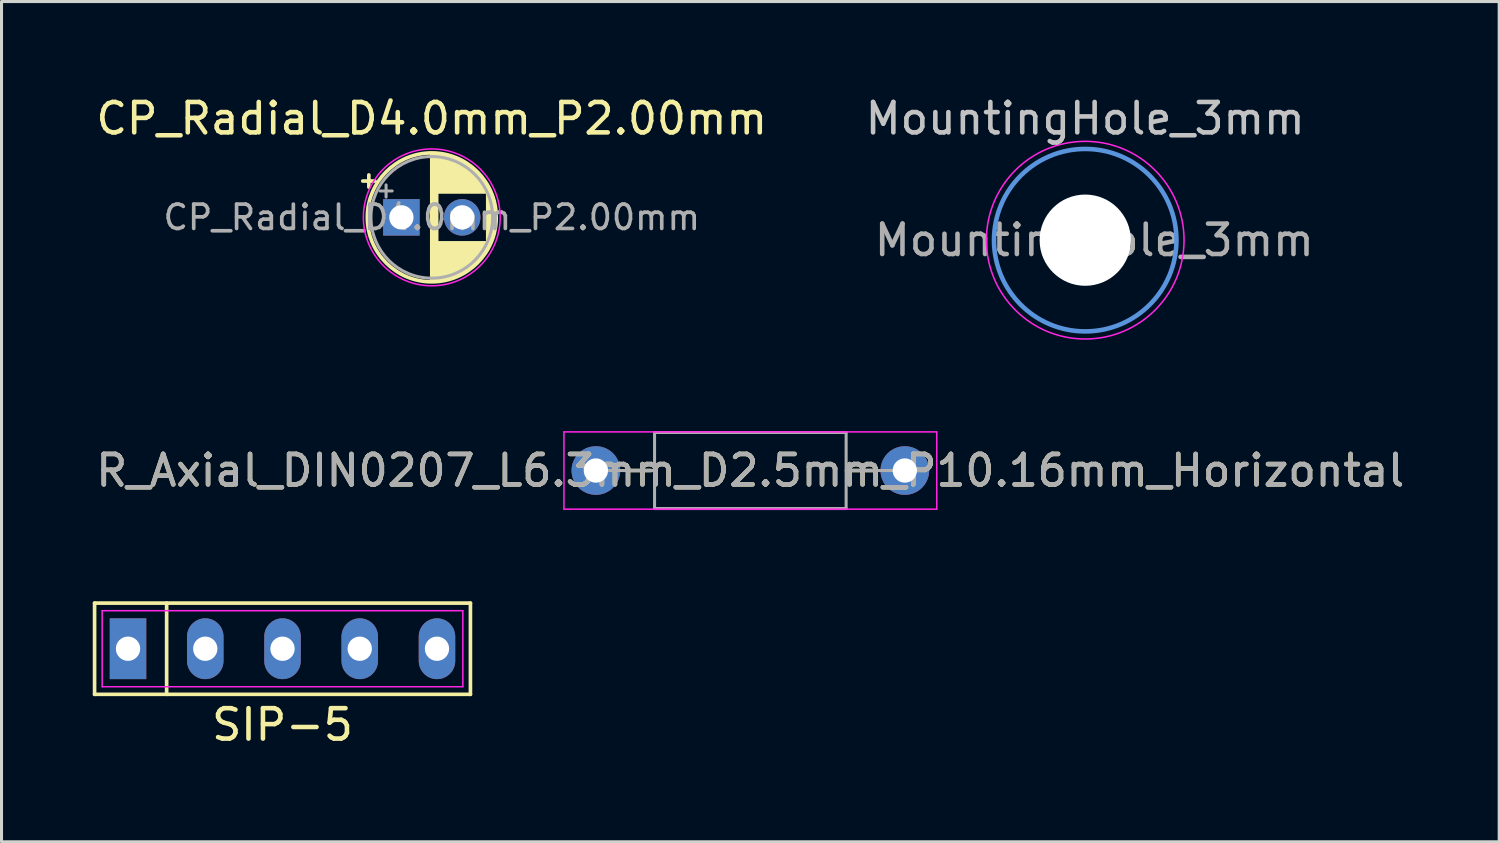
<source format=kicad_pcb>
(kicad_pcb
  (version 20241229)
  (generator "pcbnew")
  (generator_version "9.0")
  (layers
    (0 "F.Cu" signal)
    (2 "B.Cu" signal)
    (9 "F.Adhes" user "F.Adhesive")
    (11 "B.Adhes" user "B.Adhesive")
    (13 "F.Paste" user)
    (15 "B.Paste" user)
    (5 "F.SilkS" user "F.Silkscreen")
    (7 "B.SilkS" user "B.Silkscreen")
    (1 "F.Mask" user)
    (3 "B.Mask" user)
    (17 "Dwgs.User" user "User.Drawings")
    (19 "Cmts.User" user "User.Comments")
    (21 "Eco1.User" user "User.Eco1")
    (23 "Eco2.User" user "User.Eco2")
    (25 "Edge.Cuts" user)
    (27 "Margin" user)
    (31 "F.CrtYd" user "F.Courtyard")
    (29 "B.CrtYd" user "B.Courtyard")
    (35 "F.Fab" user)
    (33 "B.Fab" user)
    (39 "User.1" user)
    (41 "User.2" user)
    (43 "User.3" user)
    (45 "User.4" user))
  (footprint "MountingHole_3mm"
    (layer "F.Cu")
    (at 32.637 4.848)
    (property "Reference" "MountingHole_3mm" (at 0 -4 0) (layer "Dwgs.User") (effects (font (size 1 1) (thickness 0.15))))
    (attr exclude_from_pos_files exclude_from_bom)
    (fp_circle (center 0 0) (end 3 0) (stroke (width 0.15) (type solid)) (fill no) (layer "Cmts.User"))
    (fp_circle (center 0 0) (end 3.25 0) (stroke (width 0.05) (type solid)) (fill no) (layer "F.CrtYd"))
    (fp_text user "${REFERENCE}" (at 0.3 0 0) (layer "F.Fab") (effects (font (size 1 1) (thickness 0.15))))
    (pad "" np_thru_hole circle (at 0 0) (size 3 3) (drill 3) (layers "*.Cu" "*.Mask")))
  (footprint "CP_Radial_D4.0mm_P2.00mm"
    (layer "F.Cu")
    (at 10.149 4.098)
    (property "Reference" "CP_Radial_D4.0mm_P2.00mm" (at 1 -3.25 0) (layer "F.SilkS") (effects (font (size 1 1) (thickness 0.15))))
    (attr through_hole)
    (fp_line (start -1.27 -1.195) (end -0.87 -1.195) (stroke (width 0.12) (type solid)) (layer "F.SilkS"))
    (fp_line (start -1.07 -1.395) (end -1.07 -0.995) (stroke (width 0.12) (type solid)) (layer "F.SilkS"))
    (fp_line (start 1 -2.08) (end 1 2.08) (stroke (width 0.12) (type solid)) (layer "F.SilkS"))
    (fp_line (start 1.04 -2.08) (end 1.04 2.08) (stroke (width 0.12) (type solid)) (layer "F.SilkS"))
    (fp_line (start 1.08 -2.079) (end 1.08 2.079) (stroke (width 0.12) (type solid)) (layer "F.SilkS"))
    (fp_line (start 1.12 -2.077) (end 1.12 2.077) (stroke (width 0.12) (type solid)) (layer "F.SilkS"))
    (fp_line (start 1.16 -2.074) (end 1.16 2.074) (stroke (width 0.12) (type solid)) (layer "F.SilkS"))
    (fp_line (start 1.2 -2.071) (end 1.2 -0.84) (stroke (width 0.12) (type solid)) (layer "F.SilkS"))
    (fp_line (start 1.2 0.84) (end 1.2 2.071) (stroke (width 0.12) (type solid)) (layer "F.SilkS"))
    (fp_line (start 1.24 -2.067) (end 1.24 -0.84) (stroke (width 0.12) (type solid)) (layer "F.SilkS"))
    (fp_line (start 1.24 0.84) (end 1.24 2.067) (stroke (width 0.12) (type solid)) (layer "F.SilkS"))
    (fp_line (start 1.28 -2.062) (end 1.28 -0.84) (stroke (width 0.12) (type solid)) (layer "F.SilkS"))
    (fp_line (start 1.28 0.84) (end 1.28 2.062) (stroke (width 0.12) (type solid)) (layer "F.SilkS"))
    (fp_line (start 1.32 -2.056) (end 1.32 -0.84) (stroke (width 0.12) (type solid)) (layer "F.SilkS"))
    (fp_line (start 1.32 0.84) (end 1.32 2.056) (stroke (width 0.12) (type solid)) (layer "F.SilkS"))
    (fp_line (start 1.36 -2.05) (end 1.36 -0.84) (stroke (width 0.12) (type solid)) (layer "F.SilkS"))
    (fp_line (start 1.36 0.84) (end 1.36 2.05) (stroke (width 0.12) (type solid)) (layer "F.SilkS"))
    (fp_line (start 1.4 -2.042) (end 1.4 -0.84) (stroke (width 0.12) (type solid)) (layer "F.SilkS"))
    (fp_line (start 1.4 0.84) (end 1.4 2.042) (stroke (width 0.12) (type solid)) (layer "F.SilkS"))
    (fp_line (start 1.44 -2.034) (end 1.44 -0.84) (stroke (width 0.12) (type solid)) (layer "F.SilkS"))
    (fp_line (start 1.44 0.84) (end 1.44 2.034) (stroke (width 0.12) (type solid)) (layer "F.SilkS"))
    (fp_line (start 1.48 -2.025) (end 1.48 -0.84) (stroke (width 0.12) (type solid)) (layer "F.SilkS"))
    (fp_line (start 1.48 0.84) (end 1.48 2.025) (stroke (width 0.12) (type solid)) (layer "F.SilkS"))
    (fp_line (start 1.52 -2.016) (end 1.52 -0.84) (stroke (width 0.12) (type solid)) (layer "F.SilkS"))
    (fp_line (start 1.52 0.84) (end 1.52 2.016) (stroke (width 0.12) (type solid)) (layer "F.SilkS"))
    (fp_line (start 1.56 -2.005) (end 1.56 -0.84) (stroke (width 0.12) (type solid)) (layer "F.SilkS"))
    (fp_line (start 1.56 0.84) (end 1.56 2.005) (stroke (width 0.12) (type solid)) (layer "F.SilkS"))
    (fp_line (start 1.6 -1.994) (end 1.6 -0.84) (stroke (width 0.12) (type solid)) (layer "F.SilkS"))
    (fp_line (start 1.6 0.84) (end 1.6 1.994) (stroke (width 0.12) (type solid)) (layer "F.SilkS"))
    (fp_line (start 1.64 -1.982) (end 1.64 -0.84) (stroke (width 0.12) (type solid)) (layer "F.SilkS"))
    (fp_line (start 1.64 0.84) (end 1.64 1.982) (stroke (width 0.12) (type solid)) (layer "F.SilkS"))
    (fp_line (start 1.68 -1.968) (end 1.68 -0.84) (stroke (width 0.12) (type solid)) (layer "F.SilkS"))
    (fp_line (start 1.68 0.84) (end 1.68 1.968) (stroke (width 0.12) (type solid)) (layer "F.SilkS"))
    (fp_line (start 1.721 -1.954) (end 1.721 -0.84) (stroke (width 0.12) (type solid)) (layer "F.SilkS"))
    (fp_line (start 1.721 0.84) (end 1.721 1.954) (stroke (width 0.12) (type solid)) (layer "F.SilkS"))
    (fp_line (start 1.761 -1.94) (end 1.761 -0.84) (stroke (width 0.12) (type solid)) (layer "F.SilkS"))
    (fp_line (start 1.761 0.84) (end 1.761 1.94) (stroke (width 0.12) (type solid)) (layer "F.SilkS"))
    (fp_line (start 1.801 -1.924) (end 1.801 -0.84) (stroke (width 0.12) (type solid)) (layer "F.SilkS"))
    (fp_line (start 1.801 0.84) (end 1.801 1.924) (stroke (width 0.12) (type solid)) (layer "F.SilkS"))
    (fp_line (start 1.841 -1.907) (end 1.841 -0.84) (stroke (width 0.12) (type solid)) (layer "F.SilkS"))
    (fp_line (start 1.841 0.84) (end 1.841 1.907) (stroke (width 0.12) (type solid)) (layer "F.SilkS"))
    (fp_line (start 1.881 -1.889) (end 1.881 -0.84) (stroke (width 0.12) (type solid)) (layer "F.SilkS"))
    (fp_line (start 1.881 0.84) (end 1.881 1.889) (stroke (width 0.12) (type solid)) (layer "F.SilkS"))
    (fp_line (start 1.921 -1.87) (end 1.921 -0.84) (stroke (width 0.12) (type solid)) (layer "F.SilkS"))
    (fp_line (start 1.921 0.84) (end 1.921 1.87) (stroke (width 0.12) (type solid)) (layer "F.SilkS"))
    (fp_line (start 1.961 -1.851) (end 1.961 -0.84) (stroke (width 0.12) (type solid)) (layer "F.SilkS"))
    (fp_line (start 1.961 0.84) (end 1.961 1.851) (stroke (width 0.12) (type solid)) (layer "F.SilkS"))
    (fp_line (start 2.001 -1.83) (end 2.001 -0.84) (stroke (width 0.12) (type solid)) (layer "F.SilkS"))
    (fp_line (start 2.001 0.84) (end 2.001 1.83) (stroke (width 0.12) (type solid)) (layer "F.SilkS"))
    (fp_line (start 2.041 -1.808) (end 2.041 -0.84) (stroke (width 0.12) (type solid)) (layer "F.SilkS"))
    (fp_line (start 2.041 0.84) (end 2.041 1.808) (stroke (width 0.12) (type solid)) (layer "F.SilkS"))
    (fp_line (start 2.081 -1.785) (end 2.081 -0.84) (stroke (width 0.12) (type solid)) (layer "F.SilkS"))
    (fp_line (start 2.081 0.84) (end 2.081 1.785) (stroke (width 0.12) (type solid)) (layer "F.SilkS"))
    (fp_line (start 2.121 -1.76) (end 2.121 -0.84) (stroke (width 0.12) (type solid)) (layer "F.SilkS"))
    (fp_line (start 2.121 0.84) (end 2.121 1.76) (stroke (width 0.12) (type solid)) (layer "F.SilkS"))
    (fp_line (start 2.161 -1.735) (end 2.161 -0.84) (stroke (width 0.12) (type solid)) (layer "F.SilkS"))
    (fp_line (start 2.161 0.84) (end 2.161 1.735) (stroke (width 0.12) (type solid)) (layer "F.SilkS"))
    (fp_line (start 2.201 -1.708) (end 2.201 -0.84) (stroke (width 0.12) (type solid)) (layer "F.SilkS"))
    (fp_line (start 2.201 0.84) (end 2.201 1.708) (stroke (width 0.12) (type solid)) (layer "F.SilkS"))
    (fp_line (start 2.241 -1.68) (end 2.241 -0.84) (stroke (width 0.12) (type solid)) (layer "F.SilkS"))
    (fp_line (start 2.241 0.84) (end 2.241 1.68) (stroke (width 0.12) (type solid)) (layer "F.SilkS"))
    (fp_line (start 2.281 -1.65) (end 2.281 -0.84) (stroke (width 0.12) (type solid)) (layer "F.SilkS"))
    (fp_line (start 2.281 0.84) (end 2.281 1.65) (stroke (width 0.12) (type solid)) (layer "F.SilkS"))
    (fp_line (start 2.321 -1.619) (end 2.321 -0.84) (stroke (width 0.12) (type solid)) (layer "F.SilkS"))
    (fp_line (start 2.321 0.84) (end 2.321 1.619) (stroke (width 0.12) (type solid)) (layer "F.SilkS"))
    (fp_line (start 2.361 -1.587) (end 2.361 -0.84) (stroke (width 0.12) (type solid)) (layer "F.SilkS"))
    (fp_line (start 2.361 0.84) (end 2.361 1.587) (stroke (width 0.12) (type solid)) (layer "F.SilkS"))
    (fp_line (start 2.401 -1.552) (end 2.401 -0.84) (stroke (width 0.12) (type solid)) (layer "F.SilkS"))
    (fp_line (start 2.401 0.84) (end 2.401 1.552) (stroke (width 0.12) (type solid)) (layer "F.SilkS"))
    (fp_line (start 2.441 -1.516) (end 2.441 -0.84) (stroke (width 0.12) (type solid)) (layer "F.SilkS"))
    (fp_line (start 2.441 0.84) (end 2.441 1.516) (stroke (width 0.12) (type solid)) (layer "F.SilkS"))
    (fp_line (start 2.481 -1.478) (end 2.481 -0.84) (stroke (width 0.12) (type solid)) (layer "F.SilkS"))
    (fp_line (start 2.481 0.84) (end 2.481 1.478) (stroke (width 0.12) (type solid)) (layer "F.SilkS"))
    (fp_line (start 2.521 -1.438) (end 2.521 -0.84) (stroke (width 0.12) (type solid)) (layer "F.SilkS"))
    (fp_line (start 2.521 0.84) (end 2.521 1.438) (stroke (width 0.12) (type solid)) (layer "F.SilkS"))
    (fp_line (start 2.561 -1.396) (end 2.561 -0.84) (stroke (width 0.12) (type solid)) (layer "F.SilkS"))
    (fp_line (start 2.561 0.84) (end 2.561 1.396) (stroke (width 0.12) (type solid)) (layer "F.SilkS"))
    (fp_line (start 2.601 -1.351) (end 2.601 -0.84) (stroke (width 0.12) (type solid)) (layer "F.SilkS"))
    (fp_line (start 2.601 0.84) (end 2.601 1.351) (stroke (width 0.12) (type solid)) (layer "F.SilkS"))
    (fp_line (start 2.641 -1.304) (end 2.641 -0.84) (stroke (width 0.12) (type solid)) (layer "F.SilkS"))
    (fp_line (start 2.641 0.84) (end 2.641 1.304) (stroke (width 0.12) (type solid)) (layer "F.SilkS"))
    (fp_line (start 2.681 -1.254) (end 2.681 -0.84) (stroke (width 0.12) (type solid)) (layer "F.SilkS"))
    (fp_line (start 2.681 0.84) (end 2.681 1.254) (stroke (width 0.12) (type solid)) (layer "F.SilkS"))
    (fp_line (start 2.721 -1.2) (end 2.721 -0.84) (stroke (width 0.12) (type solid)) (layer "F.SilkS"))
    (fp_line (start 2.721 0.84) (end 2.721 1.2) (stroke (width 0.12) (type solid)) (layer "F.SilkS"))
    (fp_line (start 2.761 -1.142) (end 2.761 -0.84) (stroke (width 0.12) (type solid)) (layer "F.SilkS"))
    (fp_line (start 2.761 0.84) (end 2.761 1.142) (stroke (width 0.12) (type solid)) (layer "F.SilkS"))
    (fp_line (start 2.801 -1.08) (end 2.801 -0.84) (stroke (width 0.12) (type solid)) (layer "F.SilkS"))
    (fp_line (start 2.801 0.84) (end 2.801 1.08) (stroke (width 0.12) (type solid)) (layer "F.SilkS"))
    (fp_line (start 2.841 -1.013) (end 2.841 1.013) (stroke (width 0.12) (type solid)) (layer "F.SilkS"))
    (fp_line (start 2.881 -0.94) (end 2.881 0.94) (stroke (width 0.12) (type solid)) (layer "F.SilkS"))
    (fp_line (start 2.921 -0.859) (end 2.921 0.859) (stroke (width 0.12) (type solid)) (layer "F.SilkS"))
    (fp_line (start 2.961 -0.768) (end 2.961 0.768) (stroke (width 0.12) (type solid)) (layer "F.SilkS"))
    (fp_line (start 3.001 -0.664) (end 3.001 0.664) (stroke (width 0.12) (type solid)) (layer "F.SilkS"))
    (fp_line (start 3.041 -0.537) (end 3.041 0.537) (stroke (width 0.12) (type solid)) (layer "F.SilkS"))
    (fp_line (start 3.081 -0.37) (end 3.081 0.37) (stroke (width 0.12) (type solid)) (layer "F.SilkS"))
    (fp_circle (center 1 0) (end 3.12 0) (stroke (width 0.12) (type solid)) (fill no) (layer "F.SilkS"))
    (fp_circle (center 1 0) (end 3.25 0) (stroke (width 0.05) (type solid)) (fill no) (layer "F.CrtYd"))
    (fp_line (start -0.703 -0.868) (end -0.303 -0.868) (stroke (width 0.1) (type solid)) (layer "F.Fab"))
    (fp_line (start -0.503 -1.067) (end -0.503 -0.667) (stroke (width 0.1) (type solid)) (layer "F.Fab"))
    (fp_circle (center 1 0) (end 3 0) (stroke (width 0.1) (type solid)) (fill no) (layer "F.Fab"))
    (fp_text user "${REFERENCE}" (at 1 0 0) (layer "F.Fab") (effects (font (size 0.8 0.8) (thickness 0.12))))
    (pad "1" thru_hole rect (at 0 0) (size 1.2 1.2) (drill 0.8) (layers "*.Cu" "*.Mask"))
    (pad "2" thru_hole circle (at 2 0) (size 1.2 1.2) (drill 0.8) (layers "*.Cu" "*.Mask")))
  (footprint "R_Axial_DIN0207_L6.3mm_D2.5mm_P10.16mm_Horizontal"
    (layer "F.Cu")
    (at 16.545 12.423)
    (property "Reference" "R_Axial_DIN0207_L6.3mm_D2.5mm_P10.16mm_Horizontal" (at 5.08 0 0) (layer "F.SilkS") (effects (font (size 1 1) (thickness 0.15))))
    (attr through_hole)
    (fp_line (start 1.04 0) (end 1.81 0) (stroke (width 0.12) (type solid)) (layer "F.SilkS"))
    (fp_line (start 9.12 0) (end 8.35 0) (stroke (width 0.12) (type solid)) (layer "F.SilkS"))
    (fp_line (start -1.05 -1.27) (end -1.05 1.27) (stroke (width 0.05) (type solid)) (layer "F.CrtYd"))
    (fp_line (start -1.05 1.27) (end 11.21 1.27) (stroke (width 0.05) (type solid)) (layer "F.CrtYd"))
    (fp_line (start 11.21 -1.27) (end -1.05 -1.27) (stroke (width 0.05) (type solid)) (layer "F.CrtYd"))
    (fp_line (start 11.21 1.27) (end 11.21 -1.27) (stroke (width 0.05) (type solid)) (layer "F.CrtYd"))
    (fp_line (start 0 0) (end 1.93 0) (stroke (width 0.1) (type solid)) (layer "F.Fab"))
    (fp_line (start 1.93 -1.25) (end 1.93 1.25) (stroke (width 0.1) (type solid)) (layer "F.Fab"))
    (fp_line (start 1.93 1.25) (end 8.23 1.25) (stroke (width 0.1) (type solid)) (layer "F.Fab"))
    (fp_line (start 8.23 -1.25) (end 1.93 -1.25) (stroke (width 0.1) (type solid)) (layer "F.Fab"))
    (fp_line (start 8.23 1.25) (end 8.23 -1.25) (stroke (width 0.1) (type solid)) (layer "F.Fab"))
    (fp_line (start 10.16 0) (end 8.23 0) (stroke (width 0.1) (type solid)) (layer "F.Fab"))
    (fp_text user "${REFERENCE}" (at 5.08 0 0) (layer "F.Fab") (effects (font (size 1 1) (thickness 0.15))))
    (pad "1" thru_hole circle (at 0 0) (size 1.6 1.6) (drill 0.8) (layers "*.Cu" "*.Mask"))
    (pad "2" thru_hole oval (at 10.16 0) (size 1.6 1.6) (drill 0.8) (layers "*.Cu" "*.Mask")))
  (footprint "SIP-5"
    (layer "F.Cu")
    (at 6.24 18.283)
    (property "Reference" "SIP-5" (at 0 2.5 0) (layer "F.SilkS") (effects (font (size 1 1) (thickness 0.15))))
    (attr through_hole)
    (fp_line (start -6.18 -1.5) (end 6.18 -1.5) (stroke (width 0.12) (type solid)) (layer "F.SilkS"))
    (fp_line (start -6.18 1.5) (end -6.18 -1.5) (stroke (width 0.12) (type solid)) (layer "F.SilkS"))
    (fp_line (start -3.81 -1.5) (end -3.81 1.5) (stroke (width 0.12) (type solid)) (layer "F.SilkS"))
    (fp_line (start 6.18 -1.5) (end 6.18 1.5) (stroke (width 0.12) (type solid)) (layer "F.SilkS"))
    (fp_line (start 6.18 1.5) (end -6.18 1.5) (stroke (width 0.12) (type solid)) (layer "F.SilkS"))
    (fp_line (start -5.93 -1.25) (end 5.93 -1.25) (stroke (width 0.05) (type solid)) (layer "F.CrtYd"))
    (fp_line (start -5.93 1.25) (end -5.93 -1.25) (stroke (width 0.05) (type solid)) (layer "F.CrtYd"))
    (fp_line (start 5.93 -1.25) (end 5.93 1.25) (stroke (width 0.05) (type solid)) (layer "F.CrtYd"))
    (fp_line (start 5.93 1.25) (end -5.93 1.25) (stroke (width 0.05) (type solid)) (layer "F.CrtYd"))
    (pad "1" thru_hole rect (at -5.08 0) (size 1.2 2) (drill 0.8) (layers "*.Cu" "*.Mask"))
    (pad "2" thru_hole oval (at -2.54 0) (size 1.2 2) (drill 0.8) (layers "*.Cu" "*.Mask"))
    (pad "3" thru_hole oval (at 0 0) (size 1.2 2) (drill 0.8) (layers "*.Cu" "*.Mask"))
    (pad "4" thru_hole oval (at 2.54 0) (size 1.2 2) (drill 0.8) (layers "*.Cu" "*.Mask"))
    (pad "5" thru_hole oval (at 5.08 0) (size 1.2 2) (drill 0.8) (layers "*.Cu" "*.Mask")))
  (gr_rect
    (start -3 -3)
    (end 46.25 24.631)
    (stroke (width 0.1) (type default))
    (fill no)
    (layer "Edge.Cuts")))
</source>
